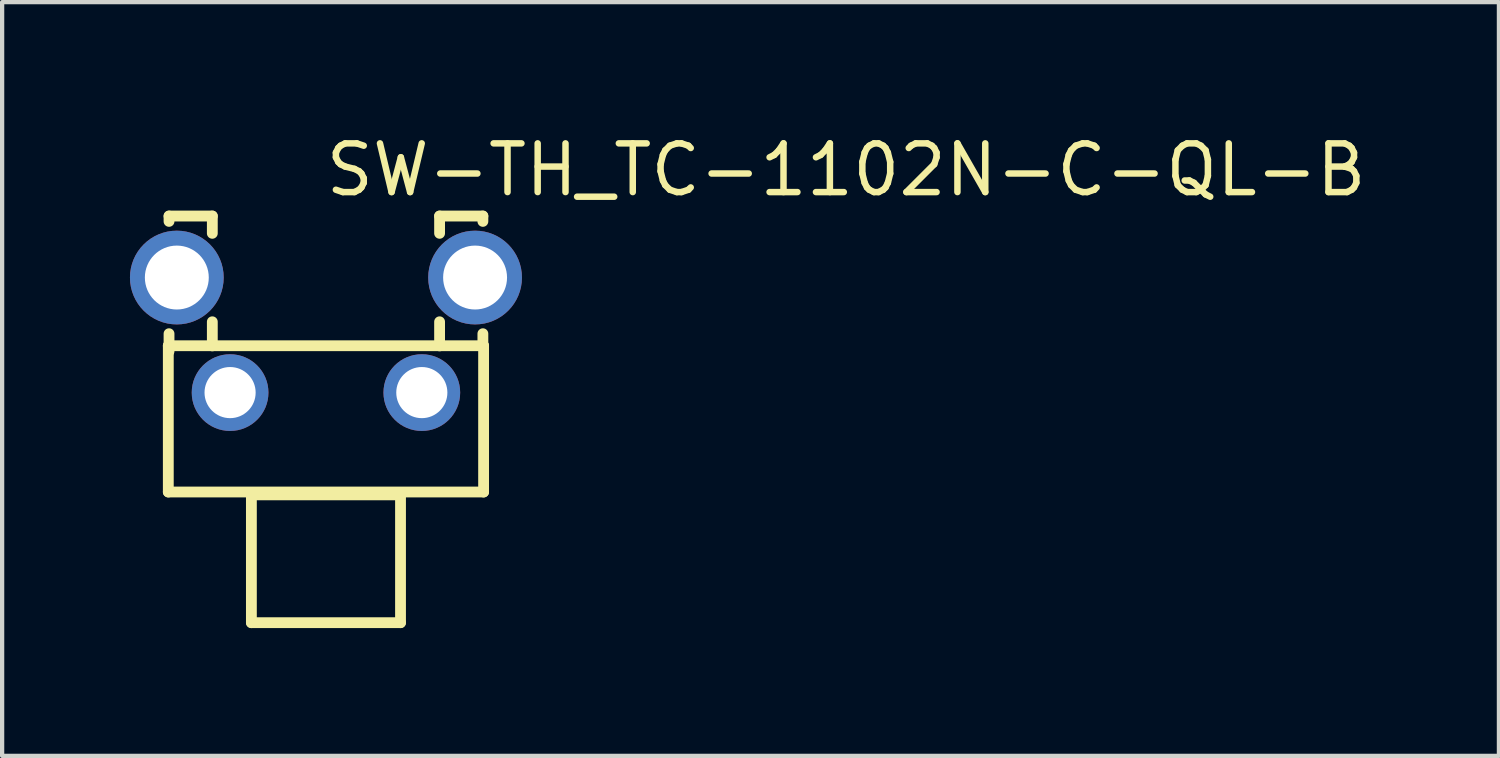
<source format=kicad_pcb>
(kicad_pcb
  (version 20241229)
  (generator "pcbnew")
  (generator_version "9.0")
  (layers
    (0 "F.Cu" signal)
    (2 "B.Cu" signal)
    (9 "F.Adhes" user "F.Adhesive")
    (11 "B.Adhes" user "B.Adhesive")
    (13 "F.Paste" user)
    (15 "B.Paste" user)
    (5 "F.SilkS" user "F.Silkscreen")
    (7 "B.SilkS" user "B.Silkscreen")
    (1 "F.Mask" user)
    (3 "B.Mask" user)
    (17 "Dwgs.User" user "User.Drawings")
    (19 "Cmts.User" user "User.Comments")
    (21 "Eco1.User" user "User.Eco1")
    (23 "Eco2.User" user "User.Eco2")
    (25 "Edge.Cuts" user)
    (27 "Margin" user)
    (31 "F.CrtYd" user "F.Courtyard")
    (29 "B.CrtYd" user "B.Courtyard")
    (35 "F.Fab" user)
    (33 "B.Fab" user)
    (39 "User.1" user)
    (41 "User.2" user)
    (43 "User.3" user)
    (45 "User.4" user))
  (footprint "SW-TH_TC-1102N-C-QL-B"
    (layer "F.Cu")
    (at 4.6 4.814)
    (property "Reference" "SW-TH_TC-1102N-C-QL-B" (at -0.084 -3.877 0) (layer "F.SilkS") (effects (font (size 1.143 1.143) (thickness 0.152)) (justify left)))
    (attr through_hole)
    (fp_line (start -3.7 0.25) (end 3.7 0.25) (stroke (width 0.254) (type solid)) (layer "F.SilkS"))
    (fp_line (start -3.7 3.683) (end -3.7 0.25) (stroke (width 0.254) (type solid)) (layer "F.SilkS"))
    (fp_line (start -3.683 -2.794) (end -3.683 -2.668) (stroke (width 0.254) (type solid)) (layer "F.SilkS"))
    (fp_line (start -3.683 -2.794) (end -2.667 -2.794) (stroke (width 0.254) (type solid)) (layer "F.SilkS"))
    (fp_line (start -3.683 -0.032) (end -3.683 0.381) (stroke (width 0.254) (type solid)) (layer "F.SilkS"))
    (fp_line (start -2.667 -2.794) (end -2.667 -2.388) (stroke (width 0.254) (type solid)) (layer "F.SilkS"))
    (fp_line (start -2.667 -0.312) (end -2.667 0.254) (stroke (width 0.254) (type solid)) (layer "F.SilkS"))
    (fp_line (start -1.75 3.75) (end 1.75 3.75) (stroke (width 0.254) (type solid)) (layer "F.SilkS"))
    (fp_line (start -1.75 6.75) (end -1.75 3.75) (stroke (width 0.254) (type solid)) (layer "F.SilkS"))
    (fp_line (start 1.75 3.75) (end 1.75 6.75) (stroke (width 0.254) (type solid)) (layer "F.SilkS"))
    (fp_line (start 1.75 6.75) (end -1.75 6.75) (stroke (width 0.254) (type solid)) (layer "F.SilkS"))
    (fp_line (start 2.667 -2.794) (end 2.667 -2.388) (stroke (width 0.254) (type solid)) (layer "F.SilkS"))
    (fp_line (start 2.667 -2.794) (end 3.683 -2.794) (stroke (width 0.254) (type solid)) (layer "F.SilkS"))
    (fp_line (start 2.667 -0.312) (end 2.667 0.254) (stroke (width 0.254) (type solid)) (layer "F.SilkS"))
    (fp_line (start 3.683 -2.794) (end 3.683 -2.668) (stroke (width 0.254) (type solid)) (layer "F.SilkS"))
    (fp_line (start 3.683 -0.032) (end 3.683 0.254) (stroke (width 0.254) (type solid)) (layer "F.SilkS"))
    (fp_line (start 3.7 0.25) (end 3.7 3.683) (stroke (width 0.254) (type solid)) (layer "F.SilkS"))
    (fp_line (start 3.7 3.683) (end -3.7 3.683) (stroke (width 0.254) (type solid)) (layer "F.SilkS"))
    (pad "1" thru_hole circle (at -2.25 1.35) (size 1.8 1.8) (drill 1.2) (layers "*.Cu" "*.Mask"))
    (pad "2" thru_hole circle (at 2.25 1.35) (size 1.8 1.8) (drill 1.2) (layers "*.Cu" "*.Mask"))
    (pad "3" thru_hole circle (at -3.5 -1.35) (size 2.2 2.2) (drill 1.5) (layers "*.Cu" "*.Mask"))
    (pad "4" thru_hole circle (at 3.5 -1.35) (size 2.2 2.2) (drill 1.5) (layers "*.Cu" "*.Mask")))
  (gr_rect
    (start -3 -3)
    (end 32.129 14.69)
    (stroke (width 0.1) (type default))
    (fill no)
    (layer "Edge.Cuts")))
</source>
